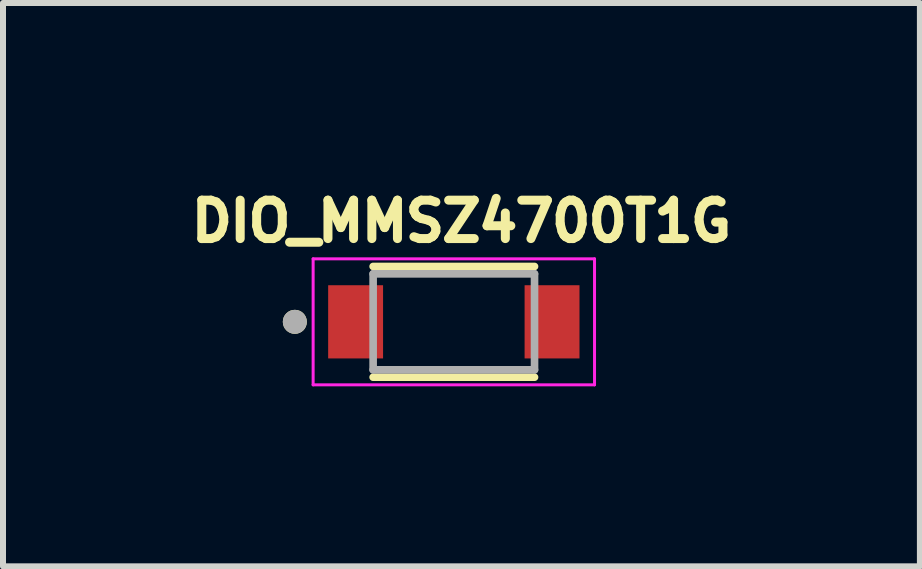
<source format=kicad_pcb>
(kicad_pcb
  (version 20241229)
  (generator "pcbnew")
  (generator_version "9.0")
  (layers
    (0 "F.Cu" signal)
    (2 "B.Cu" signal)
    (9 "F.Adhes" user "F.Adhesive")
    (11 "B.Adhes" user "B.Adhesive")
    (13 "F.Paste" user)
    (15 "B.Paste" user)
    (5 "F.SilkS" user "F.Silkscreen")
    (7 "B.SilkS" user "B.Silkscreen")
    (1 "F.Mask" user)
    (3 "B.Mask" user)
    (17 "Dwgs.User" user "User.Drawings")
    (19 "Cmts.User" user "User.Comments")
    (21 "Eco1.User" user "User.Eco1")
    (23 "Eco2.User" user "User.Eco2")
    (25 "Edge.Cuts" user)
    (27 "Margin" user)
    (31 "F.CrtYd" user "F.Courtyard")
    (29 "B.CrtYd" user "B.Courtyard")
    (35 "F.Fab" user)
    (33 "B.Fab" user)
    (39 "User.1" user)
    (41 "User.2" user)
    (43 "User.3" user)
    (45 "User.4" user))
  (footprint "DIO_MMSZ4700T1G"
    (layer "F.Cu")
    (at 4.514 2.314)
    (property "Reference" "DIO_MMSZ4700T1G" (at 0.127 -1.676 0) (layer "F.SilkS") (effects (font (size 0.64 0.64) (thickness 0.15))))
    (attr smd)
    (fp_line (start -1.345 -0.923) (end 1.345 -0.923) (stroke (width 0.127) (type solid)) (layer "F.SilkS"))
    (fp_line (start 1.345 0.923) (end -1.345 0.923) (stroke (width 0.127) (type solid)) (layer "F.SilkS"))
    (fp_circle (center -2.65 0) (end -2.55 0) (stroke (width 0.2) (type solid)) (fill no) (layer "F.SilkS"))
    (fp_line (start -2.345 -1.05) (end 2.345 -1.05) (stroke (width 0.05) (type solid)) (layer "F.CrtYd"))
    (fp_line (start -2.345 1.05) (end -2.345 -1.05) (stroke (width 0.05) (type solid)) (layer "F.CrtYd"))
    (fp_line (start 2.345 -1.05) (end 2.345 1.05) (stroke (width 0.05) (type solid)) (layer "F.CrtYd"))
    (fp_line (start 2.345 1.05) (end -2.345 1.05) (stroke (width 0.05) (type solid)) (layer "F.CrtYd"))
    (fp_line (start -1.345 -0.8) (end 1.345 -0.8) (stroke (width 0.127) (type solid)) (layer "F.Fab"))
    (fp_line (start -1.345 0.8) (end -1.345 -0.8) (stroke (width 0.127) (type solid)) (layer "F.Fab"))
    (fp_line (start 1.345 -0.8) (end 1.345 0.8) (stroke (width 0.127) (type solid)) (layer "F.Fab"))
    (fp_line (start 1.345 0.8) (end -1.345 0.8) (stroke (width 0.127) (type solid)) (layer "F.Fab"))
    (fp_circle (center -2.65 0) (end -2.55 0) (stroke (width 0.2) (type solid)) (fill no) (layer "F.Fab"))
    (pad "1" smd rect (at -1.637 0) (size 0.915 1.22) (layers "F.Cu" "F.Mask" "F.Paste"))
    (pad "2" smd rect (at 1.637 0) (size 0.915 1.22) (layers "F.Cu" "F.Mask" "F.Paste")))
  (gr_rect
    (start -3 -3)
    (end 12.282 6.389)
    (stroke (width 0.1) (type default))
    (fill no)
    (layer "Edge.Cuts")))
</source>
